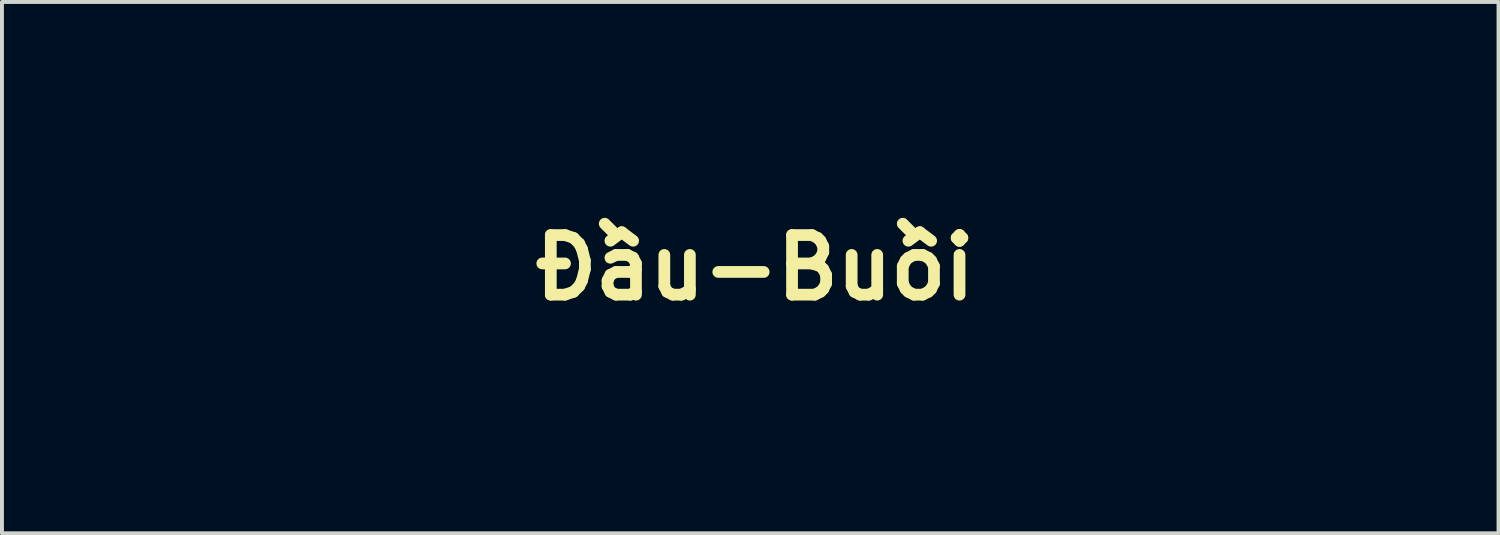
<source format=kicad_pcb>
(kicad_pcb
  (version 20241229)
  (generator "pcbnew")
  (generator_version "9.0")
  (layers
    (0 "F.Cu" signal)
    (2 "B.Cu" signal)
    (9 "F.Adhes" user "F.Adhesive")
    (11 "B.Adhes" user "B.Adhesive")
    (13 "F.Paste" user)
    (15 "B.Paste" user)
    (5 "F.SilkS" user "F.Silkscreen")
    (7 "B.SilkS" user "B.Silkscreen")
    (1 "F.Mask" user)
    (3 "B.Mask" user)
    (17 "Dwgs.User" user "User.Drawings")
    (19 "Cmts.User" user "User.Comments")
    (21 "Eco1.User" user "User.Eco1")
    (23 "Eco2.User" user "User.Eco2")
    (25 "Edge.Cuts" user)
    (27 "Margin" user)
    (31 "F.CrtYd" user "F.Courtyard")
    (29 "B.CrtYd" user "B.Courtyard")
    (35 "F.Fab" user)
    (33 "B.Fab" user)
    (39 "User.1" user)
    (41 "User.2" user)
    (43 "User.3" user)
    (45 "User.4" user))
  (footprint "Đầu-Buồi"
    (layer "F.Cu")
    (at 16.259 3.795)
    (property "Reference" "Đầu-Buồi" (at 0 0 0) (layer "F.SilkS") (effects (font (size 1.524 1.524) (thickness 0.3))))
    (attr through_hole)
    (fp_poly (pts (xy 6.198 2.286) (xy 6.011 2.286) (xy 6.011 1.287) (xy 6.198 1.287) (xy 6.198 2.286)) (stroke (width 0.01) (type solid)) (fill yes) (layer "F.Mask"))
    (fp_poly (pts (xy 6.161 0.91) (xy 6.182 0.924) (xy 6.208 0.967) (xy 6.213 1.022) (xy 6.198 1.072) (xy 6.184 1.09) (xy 6.139 1.112) (xy 6.085 1.116) (xy 6.036 1.103) (xy 6.022 1.092) (xy 5.988 1.04) (xy 5.988 0.987) (xy 6.007 0.95) (xy 6.052 0.914) (xy 6.107 0.899) (xy 6.161 0.91)) (stroke (width 0.01) (type solid)) (fill yes) (layer "F.Mask"))
    (fp_poly (pts (xy 5.825 1.435) (xy 5.747 1.444) (xy 5.669 1.468) (xy 5.6 1.519) (xy 5.551 1.588) (xy 5.537 1.625) (xy 5.532 1.661) (xy 5.527 1.725) (xy 5.523 1.808) (xy 5.521 1.905) (xy 5.52 1.985) (xy 5.52 2.286) (xy 5.334 2.286) (xy 5.334 1.85) (xy 5.333 1.728) (xy 5.332 1.614) (xy 5.33 1.514) (xy 5.328 1.433) (xy 5.325 1.375) (xy 5.323 1.35) (xy 5.313 1.287) (xy 5.485 1.287) (xy 5.495 1.465) (xy 5.534 1.402) (xy 5.596 1.33) (xy 5.673 1.285) (xy 5.755 1.27) (xy 5.825 1.27) (xy 5.825 1.435)) (stroke (width 0.01) (type solid)) (fill yes) (layer "F.Mask"))
    (fp_poly (pts (xy -6.044 1.223) (xy -6.044 1.336) (xy -6.043 1.419) (xy -6.04 1.475) (xy -6.037 1.508) (xy -6.032 1.523) (xy -6.025 1.522) (xy -6.02 1.516) (xy -6.002 1.493) (xy -5.967 1.448) (xy -5.917 1.386) (xy -5.856 1.31) (xy -5.788 1.226) (xy -5.762 1.194) (xy -5.528 0.906) (xy -5.414 0.901) (xy -5.357 0.9) (xy -5.316 0.901) (xy -5.3 0.906) (xy -5.3 0.906) (xy -5.311 0.921) (xy -5.34 0.958) (xy -5.385 1.013) (xy -5.443 1.082) (xy -5.511 1.162) (xy -5.544 1.2) (xy -5.788 1.485) (xy -5.542 1.848) (xy -5.474 1.948) (xy -5.412 2.04) (xy -5.357 2.121) (xy -5.313 2.185) (xy -5.283 2.229) (xy -5.271 2.248) (xy -5.245 2.286) (xy -5.469 2.286) (xy -5.695 1.947) (xy -5.922 1.608) (xy -6.045 1.758) (xy -6.045 2.286) (xy -6.231 2.286) (xy -6.231 0.897) (xy -6.045 0.897) (xy -6.044 1.223)) (stroke (width 0.01) (type solid)) (fill yes) (layer "F.Mask"))
    (fp_poly (pts (xy -3.065 -1.439) (xy -3.196 -1.439) (xy -3.319 -1.429) (xy -3.416 -1.398) (xy -3.492 -1.344) (xy -3.548 -1.266) (xy -3.564 -1.232) (xy -3.571 -1.208) (xy -3.578 -1.176) (xy -3.582 -1.13) (xy -3.586 -1.068) (xy -3.588 -0.986) (xy -3.589 -0.879) (xy -3.59 -0.744) (xy -3.59 -0.669) (xy -3.59 -0.169) (xy -4.149 -0.169) (xy -4.149 -1.015) (xy -4.149 -1.181) (xy -4.149 -1.338) (xy -4.15 -1.482) (xy -4.152 -1.609) (xy -4.153 -1.716) (xy -4.155 -1.8) (xy -4.157 -1.858) (xy -4.159 -1.885) (xy -4.159 -1.887) (xy -4.16 -1.897) (xy -4.149 -1.905) (xy -4.122 -1.909) (xy -4.074 -1.912) (xy -4.001 -1.913) (xy -3.931 -1.913) (xy -3.833 -1.914) (xy -3.764 -1.912) (xy -3.719 -1.905) (xy -3.692 -1.888) (xy -3.679 -1.857) (xy -3.673 -1.81) (xy -3.671 -1.741) (xy -3.67 -1.72) (xy -3.666 -1.602) (xy -3.607 -1.703) (xy -3.542 -1.792) (xy -3.458 -1.865) (xy -3.449 -1.871) (xy -3.397 -1.905) (xy -3.356 -1.925) (xy -3.312 -1.937) (xy -3.255 -1.943) (xy -3.207 -1.945) (xy -3.065 -1.951) (xy -3.065 -1.439)) (stroke (width 0.01) (type solid)) (fill yes) (layer "F.Mask"))
    (fp_poly (pts (xy 0.299 1.273) (xy 0.393 1.288) (xy 0.396 1.288) (xy 0.437 1.302) (xy 0.454 1.319) (xy 0.454 1.351) (xy 0.451 1.367) (xy 0.438 1.421) (xy 0.418 1.446) (xy 0.385 1.446) (xy 0.366 1.44) (xy 0.293 1.424) (xy 0.206 1.422) (xy 0.12 1.434) (xy 0.049 1.457) (xy 0.043 1.461) (xy -0.034 1.523) (xy -0.089 1.603) (xy -0.122 1.696) (xy -0.132 1.795) (xy -0.119 1.893) (xy -0.083 1.984) (xy -0.023 2.061) (xy 0.019 2.095) (xy 0.104 2.133) (xy 0.204 2.148) (xy 0.307 2.141) (xy 0.355 2.127) (xy 0.4 2.113) (xy 0.43 2.107) (xy 0.436 2.107) (xy 0.44 2.126) (xy 0.444 2.166) (xy 0.445 2.185) (xy 0.449 2.258) (xy 0.364 2.28) (xy 0.242 2.299) (xy 0.114 2.297) (xy -0.004 2.274) (xy -0.017 2.27) (xy -0.113 2.22) (xy -0.197 2.145) (xy -0.263 2.052) (xy -0.298 1.969) (xy -0.321 1.837) (xy -0.316 1.709) (xy -0.284 1.589) (xy -0.228 1.482) (xy -0.15 1.392) (xy -0.052 1.325) (xy -0.007 1.305) (xy 0.084 1.282) (xy 0.191 1.271) (xy 0.299 1.273)) (stroke (width 0.01) (type solid)) (fill yes) (layer "F.Mask"))
    (fp_poly (pts (xy 10.599 1.273) (xy 10.693 1.288) (xy 10.696 1.288) (xy 10.737 1.302) (xy 10.754 1.319) (xy 10.754 1.351) (xy 10.751 1.367) (xy 10.738 1.421) (xy 10.718 1.446) (xy 10.685 1.446) (xy 10.666 1.44) (xy 10.593 1.424) (xy 10.506 1.422) (xy 10.42 1.434) (xy 10.349 1.457) (xy 10.343 1.461) (xy 10.266 1.523) (xy 10.211 1.603) (xy 10.178 1.696) (xy 10.168 1.795) (xy 10.181 1.893) (xy 10.217 1.984) (xy 10.277 2.061) (xy 10.319 2.095) (xy 10.404 2.133) (xy 10.504 2.148) (xy 10.607 2.141) (xy 10.655 2.127) (xy 10.7 2.113) (xy 10.73 2.107) (xy 10.736 2.107) (xy 10.74 2.126) (xy 10.744 2.166) (xy 10.745 2.185) (xy 10.749 2.258) (xy 10.664 2.28) (xy 10.542 2.299) (xy 10.414 2.297) (xy 10.296 2.274) (xy 10.283 2.27) (xy 10.187 2.22) (xy 10.103 2.145) (xy 10.037 2.052) (xy 10.002 1.969) (xy 9.979 1.837) (xy 9.984 1.709) (xy 10.016 1.589) (xy 10.072 1.482) (xy 10.15 1.392) (xy 10.248 1.325) (xy 10.293 1.305) (xy 10.384 1.282) (xy 10.491 1.271) (xy 10.599 1.273)) (stroke (width 0.01) (type solid)) (fill yes) (layer "F.Mask"))
    (fp_poly (pts (xy 5.677 -2.396) (xy 5.683 -2.367) (xy 5.687 -2.314) (xy 5.689 -2.233) (xy 5.69 -2.159) (xy 5.69 -1.913) (xy 6.079 -1.913) (xy 6.079 -1.507) (xy 5.69 -1.507) (xy 5.69 -1.134) (xy 5.69 -0.984) (xy 5.694 -0.865) (xy 5.702 -0.772) (xy 5.716 -0.703) (xy 5.737 -0.655) (xy 5.768 -0.623) (xy 5.809 -0.604) (xy 5.862 -0.595) (xy 5.929 -0.593) (xy 5.939 -0.593) (xy 6.063 -0.593) (xy 6.058 -0.386) (xy 6.054 -0.18) (xy 6.003 -0.166) (xy 5.943 -0.155) (xy 5.861 -0.147) (xy 5.77 -0.143) (xy 5.679 -0.143) (xy 5.599 -0.147) (xy 5.54 -0.156) (xy 5.536 -0.157) (xy 5.424 -0.201) (xy 5.329 -0.263) (xy 5.258 -0.336) (xy 5.249 -0.35) (xy 5.22 -0.401) (xy 5.197 -0.456) (xy 5.179 -0.519) (xy 5.166 -0.594) (xy 5.157 -0.686) (xy 5.151 -0.8) (xy 5.148 -0.939) (xy 5.148 -1.083) (xy 5.148 -1.507) (xy 4.911 -1.507) (xy 4.911 -1.913) (xy 5.148 -1.913) (xy 5.148 -2.104) (xy 5.148 -2.294) (xy 5.398 -2.35) (xy 5.486 -2.369) (xy 5.564 -2.385) (xy 5.624 -2.398) (xy 5.661 -2.404) (xy 5.668 -2.405) (xy 5.677 -2.396)) (stroke (width 0.01) (type solid)) (fill yes) (layer "F.Mask"))
    (fp_poly (pts (xy 1.897 -1.383) (xy 1.897 -1.214) (xy 1.899 -1.075) (xy 1.902 -0.962) (xy 1.907 -0.873) (xy 1.915 -0.804) (xy 1.926 -0.75) (xy 1.941 -0.71) (xy 1.959 -0.678) (xy 1.983 -0.651) (xy 1.999 -0.637) (xy 2.072 -0.596) (xy 2.153 -0.582) (xy 2.236 -0.595) (xy 2.312 -0.632) (xy 2.377 -0.691) (xy 2.42 -0.767) (xy 2.426 -0.799) (xy 2.43 -0.863) (xy 2.434 -0.957) (xy 2.437 -1.079) (xy 2.438 -1.226) (xy 2.438 -1.364) (xy 2.438 -1.913) (xy 2.997 -1.913) (xy 2.997 -0.169) (xy 2.523 -0.169) (xy 2.521 -0.241) (xy 2.517 -0.301) (xy 2.51 -0.356) (xy 2.508 -0.364) (xy 2.497 -0.415) (xy 2.458 -0.36) (xy 2.382 -0.28) (xy 2.281 -0.216) (xy 2.163 -0.169) (xy 2.035 -0.143) (xy 1.904 -0.138) (xy 1.775 -0.157) (xy 1.751 -0.164) (xy 1.637 -0.215) (xy 1.537 -0.294) (xy 1.456 -0.396) (xy 1.444 -0.419) (xy 1.418 -0.47) (xy 1.396 -0.521) (xy 1.379 -0.577) (xy 1.366 -0.642) (xy 1.356 -0.719) (xy 1.348 -0.811) (xy 1.343 -0.924) (xy 1.34 -1.06) (xy 1.339 -1.224) (xy 1.338 -1.35) (xy 1.338 -1.913) (xy 1.897 -1.913) (xy 1.897 -1.383)) (stroke (width 0.01) (type solid)) (fill yes) (layer "F.Mask"))
    (fp_poly (pts (xy 1.206 1.277) (xy 1.273 1.285) (xy 1.328 1.295) (xy 1.363 1.307) (xy 1.372 1.316) (xy 1.367 1.337) (xy 1.356 1.377) (xy 1.352 1.392) (xy 1.336 1.434) (xy 1.32 1.45) (xy 1.297 1.447) (xy 1.262 1.44) (xy 1.206 1.433) (xy 1.143 1.428) (xy 1.074 1.425) (xy 1.024 1.43) (xy 0.981 1.445) (xy 0.949 1.46) (xy 0.876 1.517) (xy 0.824 1.595) (xy 0.791 1.687) (xy 0.778 1.786) (xy 0.788 1.884) (xy 0.819 1.975) (xy 0.874 2.052) (xy 0.883 2.061) (xy 0.966 2.115) (xy 1.065 2.145) (xy 1.172 2.147) (xy 1.268 2.126) (xy 1.337 2.101) (xy 1.348 2.147) (xy 1.358 2.192) (xy 1.365 2.221) (xy 1.358 2.246) (xy 1.32 2.268) (xy 1.317 2.269) (xy 1.263 2.281) (xy 1.188 2.29) (xy 1.102 2.295) (xy 1.019 2.296) (xy 0.949 2.291) (xy 0.914 2.284) (xy 0.81 2.237) (xy 0.722 2.164) (xy 0.653 2.07) (xy 0.606 1.96) (xy 0.583 1.839) (xy 0.588 1.713) (xy 0.592 1.689) (xy 0.614 1.598) (xy 0.643 1.528) (xy 0.685 1.465) (xy 0.714 1.43) (xy 0.805 1.353) (xy 0.916 1.301) (xy 1.049 1.275) (xy 1.069 1.274) (xy 1.135 1.273) (xy 1.206 1.277)) (stroke (width 0.01) (type solid)) (fill yes) (layer "F.Mask"))
    (fp_poly (pts (xy 9.493 1.284) (xy 9.595 1.326) (xy 9.678 1.395) (xy 9.74 1.49) (xy 9.781 1.61) (xy 9.797 1.728) (xy 9.794 1.87) (xy 9.766 1.997) (xy 9.714 2.105) (xy 9.641 2.192) (xy 9.548 2.255) (xy 9.438 2.292) (xy 9.389 2.299) (xy 9.279 2.298) (xy 9.188 2.274) (xy 9.109 2.224) (xy 9.097 2.215) (xy 9.04 2.164) (xy 9.04 2.692) (xy 8.853 2.692) (xy 8.853 1.854) (xy 9.042 1.854) (xy 9.045 1.908) (xy 9.056 1.951) (xy 9.075 1.994) (xy 9.077 1.998) (xy 9.133 2.078) (xy 9.204 2.128) (xy 9.292 2.15) (xy 9.319 2.151) (xy 9.398 2.142) (xy 9.46 2.115) (xy 9.465 2.112) (xy 9.528 2.051) (xy 9.574 1.968) (xy 9.601 1.871) (xy 9.608 1.768) (xy 9.596 1.665) (xy 9.562 1.57) (xy 9.516 1.501) (xy 9.45 1.45) (xy 9.369 1.423) (xy 9.282 1.422) (xy 9.2 1.448) (xy 9.176 1.462) (xy 9.119 1.511) (xy 9.079 1.575) (xy 9.055 1.659) (xy 9.044 1.768) (xy 9.043 1.778) (xy 9.042 1.854) (xy 8.853 1.854) (xy 8.853 1.287) (xy 9.023 1.287) (xy 9.023 1.442) (xy 9.08 1.381) (xy 9.15 1.322) (xy 9.23 1.287) (xy 9.329 1.271) (xy 9.372 1.27) (xy 9.493 1.284)) (stroke (width 0.01) (type solid)) (fill yes) (layer "F.Mask"))
    (fp_poly (pts (xy 4.696 1.272) (xy 4.759 1.278) (xy 4.801 1.287) (xy 4.804 1.288) (xy 4.909 1.345) (xy 4.994 1.426) (xy 5.058 1.529) (xy 5.097 1.648) (xy 5.11 1.78) (xy 5.107 1.836) (xy 5.081 1.973) (xy 5.03 2.087) (xy 4.955 2.178) (xy 4.859 2.244) (xy 4.741 2.285) (xy 4.64 2.297) (xy 4.571 2.298) (xy 4.511 2.295) (xy 4.472 2.289) (xy 4.47 2.288) (xy 4.356 2.234) (xy 4.262 2.153) (xy 4.191 2.046) (xy 4.18 2.024) (xy 4.153 1.939) (xy 4.14 1.836) (xy 4.14 1.734) (xy 4.328 1.734) (xy 4.331 1.835) (xy 4.353 1.932) (xy 4.393 2.019) (xy 4.451 2.091) (xy 4.524 2.14) (xy 4.554 2.151) (xy 4.597 2.163) (xy 4.631 2.164) (xy 4.673 2.156) (xy 4.691 2.151) (xy 4.757 2.118) (xy 4.82 2.061) (xy 4.87 1.99) (xy 4.884 1.961) (xy 4.902 1.893) (xy 4.91 1.806) (xy 4.907 1.715) (xy 4.894 1.633) (xy 4.89 1.62) (xy 4.849 1.533) (xy 4.789 1.468) (xy 4.714 1.426) (xy 4.632 1.408) (xy 4.548 1.418) (xy 4.468 1.457) (xy 4.446 1.475) (xy 4.385 1.548) (xy 4.346 1.637) (xy 4.328 1.734) (xy 4.14 1.734) (xy 4.14 1.729) (xy 4.154 1.629) (xy 4.176 1.557) (xy 4.244 1.444) (xy 4.329 1.359) (xy 4.432 1.302) (xy 4.555 1.274) (xy 4.626 1.27) (xy 4.696 1.272)) (stroke (width 0.01) (type solid)) (fill yes) (layer "F.Mask"))
    (fp_poly (pts (xy 2.918 1.272) (xy 2.992 1.278) (xy 3.057 1.29) (xy 3.106 1.306) (xy 3.131 1.327) (xy 3.133 1.334) (xy 3.128 1.36) (xy 3.115 1.4) (xy 3.114 1.404) (xy 3.095 1.441) (xy 3.073 1.45) (xy 3.067 1.448) (xy 2.965 1.418) (xy 2.878 1.41) (xy 2.807 1.423) (xy 2.756 1.456) (xy 2.73 1.509) (xy 2.726 1.542) (xy 2.743 1.594) (xy 2.792 1.641) (xy 2.874 1.685) (xy 2.891 1.692) (xy 3.002 1.743) (xy 3.082 1.8) (xy 3.134 1.865) (xy 3.161 1.941) (xy 3.167 2.006) (xy 3.151 2.101) (xy 3.106 2.183) (xy 3.037 2.247) (xy 2.95 2.285) (xy 2.867 2.299) (xy 2.767 2.3) (xy 2.668 2.29) (xy 2.602 2.275) (xy 2.52 2.25) (xy 2.531 2.188) (xy 2.545 2.134) (xy 2.564 2.11) (xy 2.597 2.112) (xy 2.635 2.126) (xy 2.691 2.143) (xy 2.76 2.154) (xy 2.798 2.156) (xy 2.857 2.156) (xy 2.896 2.147) (xy 2.927 2.126) (xy 2.941 2.113) (xy 2.977 2.057) (xy 2.984 1.996) (xy 2.962 1.94) (xy 2.953 1.929) (xy 2.923 1.905) (xy 2.872 1.874) (xy 2.808 1.84) (xy 2.785 1.83) (xy 2.677 1.77) (xy 2.6 1.705) (xy 2.556 1.633) (xy 2.541 1.552) (xy 2.548 1.49) (xy 2.574 1.431) (xy 2.621 1.369) (xy 2.678 1.318) (xy 2.721 1.293) (xy 2.775 1.278) (xy 2.843 1.272) (xy 2.918 1.272)) (stroke (width 0.01) (type solid)) (fill yes) (layer "F.Mask"))
    (fp_poly (pts (xy 3.732 1.272) (xy 3.805 1.278) (xy 3.87 1.29) (xy 3.919 1.307) (xy 3.944 1.328) (xy 3.945 1.336) (xy 3.939 1.36) (xy 3.925 1.4) (xy 3.91 1.437) (xy 3.901 1.454) (xy 3.884 1.452) (xy 3.846 1.44) (xy 3.82 1.43) (xy 3.736 1.41) (xy 3.661 1.412) (xy 3.599 1.434) (xy 3.557 1.475) (xy 3.539 1.533) (xy 3.539 1.54) (xy 3.554 1.591) (xy 3.599 1.637) (xy 3.675 1.68) (xy 3.708 1.693) (xy 3.823 1.749) (xy 3.905 1.815) (xy 3.957 1.892) (xy 3.979 1.981) (xy 3.979 2.003) (xy 3.965 2.101) (xy 3.922 2.181) (xy 3.851 2.243) (xy 3.778 2.277) (xy 3.696 2.295) (xy 3.598 2.301) (xy 3.5 2.294) (xy 3.427 2.279) (xy 3.37 2.26) (xy 3.339 2.243) (xy 3.33 2.222) (xy 3.337 2.189) (xy 3.343 2.171) (xy 3.356 2.138) (xy 3.371 2.12) (xy 3.395 2.115) (xy 3.436 2.123) (xy 3.502 2.141) (xy 3.505 2.142) (xy 3.6 2.159) (xy 3.68 2.153) (xy 3.741 2.125) (xy 3.78 2.078) (xy 3.793 2.015) (xy 3.782 1.958) (xy 3.747 1.912) (xy 3.685 1.871) (xy 3.622 1.844) (xy 3.511 1.79) (xy 3.429 1.725) (xy 3.376 1.651) (xy 3.354 1.569) (xy 3.364 1.482) (xy 3.371 1.462) (xy 3.41 1.395) (xy 3.47 1.334) (xy 3.534 1.293) (xy 3.589 1.278) (xy 3.657 1.271) (xy 3.732 1.272)) (stroke (width 0.01) (type solid)) (fill yes) (layer "F.Mask"))
    (fp_poly (pts (xy -2.896 1.429) (xy -2.841 1.377) (xy -2.77 1.32) (xy -2.699 1.286) (xy -2.615 1.272) (xy -2.56 1.27) (xy -2.445 1.282) (xy -2.349 1.32) (xy -2.268 1.386) (xy -2.24 1.42) (xy -2.182 1.521) (xy -2.147 1.635) (xy -2.134 1.757) (xy -2.142 1.88) (xy -2.172 1.997) (xy -2.221 2.102) (xy -2.289 2.188) (xy -2.334 2.224) (xy -2.385 2.256) (xy -2.434 2.281) (xy -2.444 2.285) (xy -2.513 2.3) (xy -2.598 2.302) (xy -2.683 2.292) (xy -2.752 2.271) (xy -2.808 2.238) (xy -2.859 2.194) (xy -2.867 2.186) (xy -2.895 2.153) (xy -2.909 2.144) (xy -2.913 2.158) (xy -2.913 2.17) (xy -2.917 2.232) (xy -2.934 2.268) (xy -2.968 2.283) (xy -3.008 2.286) (xy -3.082 2.286) (xy -3.082 1.753) (xy -2.892 1.753) (xy -2.89 1.882) (xy -2.867 1.985) (xy -2.823 2.062) (xy -2.757 2.117) (xy -2.736 2.127) (xy -2.672 2.144) (xy -2.596 2.145) (xy -2.521 2.133) (xy -2.463 2.108) (xy -2.459 2.105) (xy -2.396 2.039) (xy -2.352 1.952) (xy -2.328 1.852) (xy -2.324 1.748) (xy -2.341 1.646) (xy -2.38 1.555) (xy -2.415 1.507) (xy -2.488 1.449) (xy -2.57 1.42) (xy -2.655 1.42) (xy -2.737 1.448) (xy -2.809 1.503) (xy -2.848 1.554) (xy -2.87 1.6) (xy -2.884 1.659) (xy -2.892 1.74) (xy -2.892 1.753) (xy -3.082 1.753) (xy -3.082 0.83) (xy -2.896 0.83) (xy -2.896 1.429)) (stroke (width 0.01) (type solid)) (fill yes) (layer "F.Mask"))
    (fp_poly (pts (xy -0.654 1.575) (xy -0.605 1.72) (xy -0.559 1.855) (xy -0.519 1.977) (xy -0.484 2.082) (xy -0.456 2.167) (xy -0.436 2.229) (xy -0.425 2.264) (xy -0.423 2.27) (xy -0.439 2.28) (xy -0.482 2.283) (xy -0.519 2.283) (xy -0.615 2.278) (xy -0.646 2.184) (xy -0.668 2.119) (xy -0.696 2.04) (xy -0.721 1.968) (xy -0.766 1.845) (xy -1.004 1.85) (xy -1.242 1.854) (xy -1.312 2.066) (xy -1.383 2.278) (xy -1.479 2.283) (xy -1.531 2.283) (xy -1.565 2.28) (xy -1.575 2.275) (xy -1.57 2.257) (xy -1.554 2.21) (xy -1.531 2.138) (xy -1.499 2.044) (xy -1.461 1.931) (xy -1.418 1.803) (xy -1.379 1.689) (xy -1.198 1.689) (xy -1.193 1.699) (xy -1.169 1.705) (xy -1.12 1.709) (xy -1.042 1.71) (xy -1.009 1.71) (xy -0.915 1.709) (xy -0.853 1.705) (xy -0.82 1.698) (xy -0.813 1.691) (xy -0.818 1.665) (xy -0.831 1.616) (xy -0.851 1.551) (xy -0.876 1.475) (xy -0.904 1.393) (xy -0.932 1.313) (xy -0.959 1.238) (xy -0.982 1.176) (xy -1 1.131) (xy -1.011 1.11) (xy -1.013 1.11) (xy -1.02 1.134) (xy -1.035 1.183) (xy -1.056 1.252) (xy -1.081 1.332) (xy -1.109 1.418) (xy -1.136 1.503) (xy -1.161 1.58) (xy -1.182 1.642) (xy -1.196 1.683) (xy -1.198 1.689) (xy -1.379 1.689) (xy -1.371 1.663) (xy -1.342 1.58) (xy -1.11 0.897) (xy -0.885 0.897) (xy -0.654 1.575)) (stroke (width 0.01) (type solid)) (fill yes) (layer "F.Mask"))
    (fp_poly (pts (xy 11.104 1.429) (xy 11.159 1.377) (xy 11.23 1.32) (xy 11.301 1.286) (xy 11.385 1.272) (xy 11.44 1.27) (xy 11.555 1.282) (xy 11.651 1.32) (xy 11.732 1.386) (xy 11.76 1.42) (xy 11.818 1.521) (xy 11.853 1.635) (xy 11.866 1.757) (xy 11.858 1.88) (xy 11.828 1.997) (xy 11.779 2.102) (xy 11.711 2.188) (xy 11.666 2.224) (xy 11.615 2.256) (xy 11.566 2.281) (xy 11.556 2.285) (xy 11.487 2.3) (xy 11.402 2.302) (xy 11.317 2.292) (xy 11.248 2.271) (xy 11.192 2.238) (xy 11.141 2.194) (xy 11.133 2.186) (xy 11.105 2.153) (xy 11.091 2.144) (xy 11.087 2.158) (xy 11.087 2.17) (xy 11.083 2.232) (xy 11.066 2.268) (xy 11.032 2.283) (xy 10.992 2.286) (xy 10.918 2.286) (xy 10.918 1.753) (xy 11.108 1.753) (xy 11.11 1.882) (xy 11.133 1.985) (xy 11.177 2.062) (xy 11.243 2.117) (xy 11.264 2.127) (xy 11.328 2.144) (xy 11.404 2.145) (xy 11.479 2.133) (xy 11.537 2.108) (xy 11.541 2.105) (xy 11.604 2.039) (xy 11.648 1.952) (xy 11.672 1.852) (xy 11.676 1.748) (xy 11.659 1.646) (xy 11.62 1.555) (xy 11.585 1.507) (xy 11.512 1.449) (xy 11.43 1.42) (xy 11.345 1.42) (xy 11.263 1.448) (xy 11.191 1.503) (xy 11.152 1.554) (xy 11.13 1.6) (xy 11.116 1.659) (xy 11.108 1.74) (xy 11.108 1.753) (xy 10.918 1.753) (xy 10.918 0.83) (xy 11.104 0.83) (xy 11.104 1.429)) (stroke (width 0.01) (type solid)) (fill yes) (layer "F.Mask"))
    (fp_poly (pts (xy 1.974 1.272) (xy 1.979 1.272) (xy 2.052 1.277) (xy 2.103 1.286) (xy 2.144 1.303) (xy 2.187 1.33) (xy 2.267 1.406) (xy 2.323 1.505) (xy 2.354 1.623) (xy 2.36 1.696) (xy 2.362 1.82) (xy 2.019 1.825) (xy 1.676 1.83) (xy 1.676 1.877) (xy 1.691 1.949) (xy 1.73 2.022) (xy 1.786 2.083) (xy 1.828 2.112) (xy 1.907 2.139) (xy 2.005 2.151) (xy 2.109 2.147) (xy 2.205 2.127) (xy 2.283 2.104) (xy 2.293 2.155) (xy 2.301 2.208) (xy 2.296 2.239) (xy 2.274 2.258) (xy 2.248 2.269) (xy 2.187 2.283) (xy 2.104 2.292) (xy 2.012 2.296) (xy 1.92 2.295) (xy 1.841 2.288) (xy 1.795 2.278) (xy 1.689 2.227) (xy 1.604 2.15) (xy 1.543 2.051) (xy 1.505 1.929) (xy 1.494 1.836) (xy 1.499 1.69) (xy 1.502 1.676) (xy 1.673 1.676) (xy 1.929 1.676) (xy 2.026 1.676) (xy 2.096 1.675) (xy 2.141 1.673) (xy 2.167 1.668) (xy 2.18 1.66) (xy 2.184 1.649) (xy 2.184 1.639) (xy 2.173 1.586) (xy 2.146 1.524) (xy 2.108 1.469) (xy 2.069 1.433) (xy 2.065 1.43) (xy 1.982 1.405) (xy 1.899 1.409) (xy 1.82 1.441) (xy 1.754 1.497) (xy 1.704 1.573) (xy 1.684 1.63) (xy 1.673 1.676) (xy 1.502 1.676) (xy 1.53 1.562) (xy 1.586 1.453) (xy 1.666 1.367) (xy 1.751 1.312) (xy 1.804 1.288) (xy 1.85 1.275) (xy 1.902 1.271) (xy 1.974 1.272)) (stroke (width 0.01) (type solid)) (fill yes) (layer "F.Mask"))
    (fp_poly (pts (xy -5.434 -2.586) (xy -5.297 -2.582) (xy -5.174 -2.573) (xy -5.073 -2.561) (xy -5.015 -2.55) (xy -4.854 -2.495) (xy -4.718 -2.418) (xy -4.606 -2.318) (xy -4.52 -2.196) (xy -4.5 -2.155) (xy -4.473 -2.094) (xy -4.456 -2.04) (xy -4.446 -1.98) (xy -4.441 -1.903) (xy -4.439 -1.874) (xy -4.446 -1.699) (xy -4.48 -1.543) (xy -4.543 -1.407) (xy -4.632 -1.291) (xy -4.749 -1.194) (xy -4.893 -1.118) (xy -5.063 -1.062) (xy -5.166 -1.04) (xy -5.261 -1.028) (xy -5.365 -1.02) (xy -5.458 -1.019) (xy -5.463 -1.019) (xy -5.605 -1.024) (xy -5.605 -0.597) (xy -5.605 -0.169) (xy -6.164 -0.169) (xy -6.164 -1.689) (xy -5.602 -1.689) (xy -5.602 -1.595) (xy -5.6 -1.528) (xy -5.596 -1.484) (xy -5.589 -1.459) (xy -5.584 -1.452) (xy -5.553 -1.444) (xy -5.499 -1.442) (xy -5.429 -1.444) (xy -5.355 -1.451) (xy -5.284 -1.461) (xy -5.227 -1.473) (xy -5.207 -1.48) (xy -5.111 -1.538) (xy -5.039 -1.618) (xy -4.994 -1.715) (xy -4.979 -1.823) (xy -4.986 -1.914) (xy -5.011 -1.986) (xy -5.058 -2.051) (xy -5.067 -2.061) (xy -5.13 -2.111) (xy -5.208 -2.144) (xy -5.306 -2.161) (xy -5.43 -2.164) (xy -5.438 -2.164) (xy -5.596 -2.159) (xy -5.601 -1.813) (xy -5.602 -1.689) (xy -6.164 -1.689) (xy -6.164 -2.536) (xy -6.126 -2.546) (xy -6.095 -2.551) (xy -6.039 -2.557) (xy -5.963 -2.565) (xy -5.876 -2.573) (xy -5.85 -2.575) (xy -5.718 -2.583) (xy -5.576 -2.587) (xy -5.434 -2.586)) (stroke (width 0.01) (type solid)) (fill yes) (layer "F.Mask"))
    (fp_poly (pts (xy 7.857 1.272) (xy 7.929 1.28) (xy 7.992 1.293) (xy 8.038 1.31) (xy 8.06 1.33) (xy 8.06 1.334) (xy 8.055 1.358) (xy 8.044 1.395) (xy 8.031 1.432) (xy 8.021 1.454) (xy 8.018 1.456) (xy 8.001 1.451) (xy 7.963 1.438) (xy 7.942 1.431) (xy 7.848 1.408) (xy 7.769 1.413) (xy 7.723 1.43) (xy 7.677 1.465) (xy 7.657 1.513) (xy 7.654 1.55) (xy 7.67 1.591) (xy 7.715 1.634) (xy 7.784 1.676) (xy 7.844 1.702) (xy 7.952 1.753) (xy 8.028 1.814) (xy 8.075 1.889) (xy 8.094 1.977) (xy 8.094 1.995) (xy 8.08 2.097) (xy 8.039 2.179) (xy 7.972 2.241) (xy 7.88 2.282) (xy 7.764 2.301) (xy 7.713 2.302) (xy 7.64 2.297) (xy 7.566 2.285) (xy 7.531 2.276) (xy 7.485 2.257) (xy 7.456 2.238) (xy 7.451 2.229) (xy 7.455 2.2) (xy 7.467 2.161) (xy 7.481 2.123) (xy 7.492 2.101) (xy 7.494 2.1) (xy 7.513 2.105) (xy 7.551 2.12) (xy 7.572 2.128) (xy 7.65 2.15) (xy 7.733 2.157) (xy 7.807 2.149) (xy 7.845 2.135) (xy 7.884 2.102) (xy 7.906 2.063) (xy 7.916 2.01) (xy 7.905 1.964) (xy 7.869 1.92) (xy 7.805 1.877) (xy 7.713 1.83) (xy 7.606 1.771) (xy 7.53 1.708) (xy 7.486 1.639) (xy 7.471 1.562) (xy 7.483 1.477) (xy 7.515 1.413) (xy 7.568 1.351) (xy 7.632 1.302) (xy 7.665 1.286) (xy 7.718 1.274) (xy 7.784 1.269) (xy 7.857 1.272)) (stroke (width 0.01) (type solid)) (fill yes) (layer "F.Mask"))
    (fp_poly (pts (xy -3.628 1.273) (xy -3.565 1.283) (xy -3.513 1.306) (xy -3.462 1.343) (xy -3.447 1.356) (xy -3.382 1.425) (xy -3.34 1.503) (xy -3.315 1.599) (xy -3.305 1.689) (xy -3.298 1.829) (xy -3.647 1.829) (xy -3.768 1.829) (xy -3.859 1.829) (xy -3.924 1.832) (xy -3.966 1.839) (xy -3.989 1.851) (xy -3.996 1.869) (xy -3.992 1.895) (xy -3.98 1.93) (xy -3.972 1.953) (xy -3.928 2.038) (xy -3.864 2.098) (xy -3.777 2.135) (xy -3.667 2.149) (xy -3.637 2.15) (xy -3.565 2.146) (xy -3.497 2.138) (xy -3.45 2.126) (xy -3.407 2.113) (xy -3.384 2.116) (xy -3.371 2.141) (xy -3.362 2.186) (xy -3.356 2.225) (xy -3.366 2.246) (xy -3.398 2.261) (xy -3.415 2.267) (xy -3.462 2.278) (xy -3.531 2.288) (xy -3.608 2.295) (xy -3.632 2.296) (xy -3.719 2.299) (xy -3.784 2.295) (xy -3.84 2.283) (xy -3.875 2.272) (xy -3.982 2.217) (xy -4.067 2.137) (xy -4.127 2.036) (xy -4.163 1.914) (xy -4.172 1.803) (xy -4.163 1.676) (xy -3.994 1.676) (xy -3.469 1.676) (xy -3.48 1.621) (xy -3.511 1.528) (xy -3.558 1.463) (xy -3.624 1.424) (xy -3.694 1.409) (xy -3.788 1.415) (xy -3.867 1.45) (xy -3.929 1.514) (xy -3.973 1.606) (xy -3.979 1.625) (xy -3.994 1.676) (xy -4.163 1.676) (xy -4.163 1.668) (xy -4.132 1.555) (xy -4.078 1.457) (xy -4.046 1.417) (xy -3.966 1.342) (xy -3.88 1.295) (xy -3.778 1.273) (xy -3.713 1.27) (xy -3.628 1.273)) (stroke (width 0.01) (type solid)) (fill yes) (layer "F.Mask"))
    (fp_poly (pts (xy 12.315 -2.046) (xy 12.319 -1.518) (xy 12.386 -1.627) (xy 12.412 -1.669) (xy 12.455 -1.735) (xy 12.511 -1.818) (xy 12.577 -1.916) (xy 12.649 -2.023) (xy 12.725 -2.135) (xy 12.738 -2.155) (xy 13.024 -2.574) (xy 13.353 -2.574) (xy 13.455 -2.573) (xy 13.543 -2.572) (xy 13.614 -2.569) (xy 13.662 -2.566) (xy 13.682 -2.562) (xy 13.682 -2.561) (xy 13.672 -2.545) (xy 13.643 -2.506) (xy 13.598 -2.446) (xy 13.539 -2.368) (xy 13.469 -2.276) (xy 13.389 -2.172) (xy 13.302 -2.059) (xy 13.294 -2.049) (xy 13.206 -1.936) (xy 13.126 -1.832) (xy 13.055 -1.739) (xy 12.996 -1.661) (xy 12.951 -1.6) (xy 12.922 -1.559) (xy 12.911 -1.542) (xy 12.911 -1.541) (xy 12.921 -1.525) (xy 12.946 -1.484) (xy 12.986 -1.419) (xy 13.037 -1.333) (xy 13.1 -1.231) (xy 13.171 -1.113) (xy 13.249 -0.985) (xy 13.325 -0.86) (xy 13.408 -0.723) (xy 13.485 -0.596) (xy 13.555 -0.48) (xy 13.616 -0.378) (xy 13.665 -0.295) (xy 13.703 -0.232) (xy 13.726 -0.192) (xy 13.733 -0.178) (xy 13.717 -0.176) (xy 13.672 -0.173) (xy 13.604 -0.171) (xy 13.518 -0.17) (xy 13.419 -0.17) (xy 13.415 -0.17) (xy 13.098 -0.17) (xy 12.811 -0.678) (xy 12.743 -0.797) (xy 12.681 -0.906) (xy 12.625 -1.002) (xy 12.579 -1.081) (xy 12.543 -1.14) (xy 12.52 -1.176) (xy 12.512 -1.185) (xy 12.497 -1.173) (xy 12.467 -1.14) (xy 12.426 -1.092) (xy 12.406 -1.068) (xy 12.311 -0.95) (xy 12.311 -0.169) (xy 11.769 -0.169) (xy 11.769 -2.574) (xy 12.31 -2.574) (xy 12.315 -2.046)) (stroke (width 0.01) (type solid)) (fill yes) (layer "F.Mask"))
    (fp_poly (pts (xy -1.873 -1.943) (xy -1.778 -1.933) (xy -1.729 -1.923) (xy -1.573 -1.865) (xy -1.437 -1.781) (xy -1.321 -1.674) (xy -1.229 -1.547) (xy -1.161 -1.402) (xy -1.118 -1.242) (xy -1.103 -1.07) (xy -1.117 -0.889) (xy -1.125 -0.844) (xy -1.157 -0.715) (xy -1.201 -0.606) (xy -1.263 -0.504) (xy -1.281 -0.479) (xy -1.391 -0.362) (xy -1.522 -0.267) (xy -1.671 -0.197) (xy -1.834 -0.153) (xy -2.007 -0.136) (xy -2.185 -0.147) (xy -2.265 -0.161) (xy -2.42 -0.212) (xy -2.561 -0.291) (xy -2.683 -0.396) (xy -2.784 -0.523) (xy -2.859 -0.67) (xy -2.882 -0.736) (xy -2.905 -0.839) (xy -2.917 -0.961) (xy -2.919 -1.069) (xy -2.352 -1.069) (xy -2.35 -0.995) (xy -2.332 -0.85) (xy -2.296 -0.733) (xy -2.24 -0.642) (xy -2.165 -0.578) (xy -2.106 -0.55) (xy -2.048 -0.532) (xy -2.004 -0.527) (xy -1.955 -0.535) (xy -1.927 -0.542) (xy -1.865 -0.574) (xy -1.804 -0.63) (xy -1.749 -0.703) (xy -1.709 -0.783) (xy -1.705 -0.797) (xy -1.688 -0.876) (xy -1.678 -0.976) (xy -1.677 -1.083) (xy -1.684 -1.186) (xy -1.699 -1.271) (xy -1.702 -1.281) (xy -1.747 -1.393) (xy -1.809 -1.477) (xy -1.885 -1.532) (xy -1.974 -1.557) (xy -2.002 -1.558) (xy -2.104 -1.543) (xy -2.189 -1.499) (xy -2.258 -1.428) (xy -2.309 -1.332) (xy -2.34 -1.212) (xy -2.352 -1.069) (xy -2.919 -1.069) (xy -2.919 -1.09) (xy -2.911 -1.21) (xy -2.897 -1.287) (xy -2.842 -1.448) (xy -2.759 -1.592) (xy -2.651 -1.715) (xy -2.521 -1.816) (xy -2.372 -1.891) (xy -2.277 -1.921) (xy -2.195 -1.936) (xy -2.093 -1.944) (xy -1.982 -1.947) (xy -1.873 -1.943)) (stroke (width 0.01) (type solid)) (fill yes) (layer "F.Mask"))
    (fp_poly (pts (xy 4.352 -1.943) (xy 4.369 -1.942) (xy 4.503 -1.934) (xy 4.607 -1.922) (xy 4.678 -1.905) (xy 4.717 -1.885) (xy 4.724 -1.869) (xy 4.721 -1.845) (xy 4.712 -1.797) (xy 4.7 -1.733) (xy 4.686 -1.663) (xy 4.671 -1.595) (xy 4.659 -1.538) (xy 4.65 -1.501) (xy 4.648 -1.496) (xy 4.634 -1.487) (xy 4.598 -1.492) (xy 4.569 -1.502) (xy 4.507 -1.515) (xy 4.426 -1.522) (xy 4.336 -1.521) (xy 4.248 -1.515) (xy 4.172 -1.503) (xy 4.121 -1.485) (xy 4.026 -1.417) (xy 3.953 -1.324) (xy 3.904 -1.211) (xy 3.882 -1.092) (xy 3.886 -0.962) (xy 3.919 -0.844) (xy 3.979 -0.742) (xy 4.064 -0.66) (xy 4.14 -0.616) (xy 4.221 -0.59) (xy 4.322 -0.577) (xy 4.43 -0.576) (xy 4.532 -0.588) (xy 4.579 -0.6) (xy 4.63 -0.613) (xy 4.657 -0.612) (xy 4.665 -0.604) (xy 4.67 -0.579) (xy 4.678 -0.53) (xy 4.689 -0.465) (xy 4.7 -0.394) (xy 4.711 -0.325) (xy 4.719 -0.268) (xy 4.724 -0.231) (xy 4.724 -0.222) (xy 4.708 -0.206) (xy 4.665 -0.191) (xy 4.598 -0.177) (xy 4.516 -0.164) (xy 4.424 -0.154) (xy 4.327 -0.146) (xy 4.231 -0.143) (xy 4.143 -0.143) (xy 4.068 -0.148) (xy 4.039 -0.153) (xy 3.864 -0.199) (xy 3.711 -0.272) (xy 3.582 -0.367) (xy 3.477 -0.485) (xy 3.398 -0.624) (xy 3.346 -0.783) (xy 3.321 -0.96) (xy 3.319 -1.024) (xy 3.335 -1.207) (xy 3.379 -1.375) (xy 3.451 -1.525) (xy 3.55 -1.656) (xy 3.673 -1.766) (xy 3.819 -1.853) (xy 3.987 -1.914) (xy 4.023 -1.923) (xy 4.088 -1.936) (xy 4.159 -1.943) (xy 4.244 -1.945) (xy 4.352 -1.943)) (stroke (width 0.01) (type solid)) (fill yes) (layer "F.Mask"))
    (fp_poly (pts (xy 6.901 1.272) (xy 6.907 1.272) (xy 6.98 1.277) (xy 7.031 1.286) (xy 7.072 1.303) (xy 7.115 1.33) (xy 7.194 1.406) (xy 7.251 1.505) (xy 7.283 1.621) (xy 7.289 1.699) (xy 7.29 1.82) (xy 6.947 1.825) (xy 6.604 1.83) (xy 6.604 1.872) (xy 6.619 1.948) (xy 6.66 2.022) (xy 6.719 2.086) (xy 6.79 2.13) (xy 6.796 2.133) (xy 6.854 2.145) (xy 6.933 2.15) (xy 7.018 2.147) (xy 7.098 2.136) (xy 7.133 2.127) (xy 7.18 2.114) (xy 7.204 2.113) (xy 7.216 2.125) (xy 7.22 2.14) (xy 7.231 2.2) (xy 7.221 2.239) (xy 7.188 2.264) (xy 7.176 2.269) (xy 7.115 2.283) (xy 7.032 2.292) (xy 6.939 2.296) (xy 6.848 2.295) (xy 6.769 2.288) (xy 6.723 2.278) (xy 6.621 2.228) (xy 6.534 2.15) (xy 6.472 2.06) (xy 6.451 2.017) (xy 6.438 1.978) (xy 6.43 1.934) (xy 6.428 1.874) (xy 6.427 1.795) (xy 6.43 1.696) (xy 6.432 1.676) (xy 6.6 1.676) (xy 6.856 1.676) (xy 6.954 1.676) (xy 7.023 1.675) (xy 7.068 1.673) (xy 7.095 1.668) (xy 7.107 1.66) (xy 7.111 1.649) (xy 7.112 1.638) (xy 7.1 1.578) (xy 7.07 1.514) (xy 7.031 1.46) (xy 6.996 1.432) (xy 6.911 1.406) (xy 6.827 1.409) (xy 6.748 1.441) (xy 6.681 1.496) (xy 6.631 1.574) (xy 6.612 1.63) (xy 6.6 1.676) (xy 6.432 1.676) (xy 6.439 1.62) (xy 6.457 1.557) (xy 6.487 1.498) (xy 6.532 1.431) (xy 6.534 1.428) (xy 6.601 1.361) (xy 6.679 1.312) (xy 6.732 1.289) (xy 6.778 1.275) (xy 6.83 1.271) (xy 6.901 1.272)) (stroke (width 0.01) (type solid)) (fill yes) (layer "F.Mask"))
    (fp_poly (pts (xy -4.738 1.272) (xy -4.713 1.273) (xy -4.64 1.277) (xy -4.589 1.285) (xy -4.549 1.301) (xy -4.508 1.326) (xy -4.502 1.33) (xy -4.422 1.406) (xy -4.365 1.505) (xy -4.335 1.623) (xy -4.329 1.696) (xy -4.326 1.82) (xy -5.025 1.829) (xy -5.009 1.901) (xy -4.973 2.001) (xy -4.915 2.075) (xy -4.835 2.124) (xy -4.733 2.148) (xy -4.676 2.151) (xy -4.604 2.147) (xy -4.532 2.139) (xy -4.494 2.131) (xy -4.447 2.122) (xy -4.416 2.119) (xy -4.41 2.121) (xy -4.402 2.142) (xy -4.393 2.182) (xy -4.392 2.188) (xy -4.388 2.229) (xy -4.401 2.251) (xy -4.438 2.268) (xy -4.439 2.268) (xy -4.504 2.283) (xy -4.59 2.293) (xy -4.686 2.297) (xy -4.78 2.294) (xy -4.861 2.286) (xy -4.9 2.276) (xy -4.988 2.233) (xy -5.069 2.164) (xy -5.134 2.08) (xy -5.172 1.997) (xy -5.187 1.929) (xy -5.196 1.849) (xy -5.199 1.795) (xy -5.185 1.651) (xy -5.18 1.634) (xy -5.012 1.634) (xy -5.008 1.655) (xy -4.986 1.667) (xy -4.941 1.674) (xy -4.872 1.676) (xy -4.772 1.676) (xy -4.758 1.676) (xy -4.661 1.676) (xy -4.592 1.675) (xy -4.547 1.673) (xy -4.521 1.668) (xy -4.508 1.66) (xy -4.505 1.648) (xy -4.504 1.639) (xy -4.512 1.602) (xy -4.53 1.551) (xy -4.538 1.532) (xy -4.587 1.462) (xy -4.652 1.421) (xy -4.735 1.407) (xy -4.773 1.409) (xy -4.852 1.427) (xy -4.914 1.468) (xy -4.966 1.536) (xy -4.98 1.561) (xy -5.001 1.604) (xy -5.012 1.634) (xy -5.18 1.634) (xy -5.146 1.527) (xy -5.081 1.424) (xy -4.991 1.344) (xy -4.944 1.316) (xy -4.894 1.291) (xy -4.851 1.277) (xy -4.803 1.272) (xy -4.738 1.272)) (stroke (width 0.01) (type solid)) (fill yes) (layer "F.Mask"))
    (fp_poly (pts (xy 9.719 -1.503) (xy 9.757 -1.379) (xy 9.793 -1.256) (xy 9.828 -1.14) (xy 9.857 -1.038) (xy 9.88 -0.958) (xy 9.889 -0.924) (xy 9.909 -0.856) (xy 9.925 -0.805) (xy 9.938 -0.775) (xy 9.943 -0.772) (xy 9.949 -0.791) (xy 9.962 -0.84) (xy 9.98 -0.914) (xy 10.004 -1.008) (xy 10.032 -1.12) (xy 10.063 -1.245) (xy 10.084 -1.334) (xy 10.117 -1.465) (xy 10.147 -1.586) (xy 10.174 -1.693) (xy 10.196 -1.781) (xy 10.214 -1.847) (xy 10.225 -1.887) (xy 10.228 -1.897) (xy 10.249 -1.904) (xy 10.301 -1.908) (xy 10.382 -1.91) (xy 10.487 -1.91) (xy 10.528 -1.91) (xy 10.817 -1.905) (xy 10.607 -1.312) (xy 10.521 -1.072) (xy 10.445 -0.862) (xy 10.377 -0.678) (xy 10.316 -0.518) (xy 10.261 -0.38) (xy 10.211 -0.26) (xy 10.164 -0.157) (xy 10.12 -0.066) (xy 10.077 0.013) (xy 10.034 0.085) (xy 9.993 0.149) (xy 9.884 0.286) (xy 9.757 0.403) (xy 9.619 0.498) (xy 9.473 0.566) (xy 9.334 0.603) (xy 9.27 0.613) (xy 9.215 0.386) (xy 9.196 0.302) (xy 9.179 0.231) (xy 9.167 0.178) (xy 9.161 0.15) (xy 9.161 0.147) (xy 9.175 0.137) (xy 9.191 0.135) (xy 9.234 0.126) (xy 9.294 0.101) (xy 9.364 0.064) (xy 9.432 0.022) (xy 9.492 -0.021) (xy 9.509 -0.036) (xy 9.558 -0.087) (xy 9.6 -0.141) (xy 9.62 -0.174) (xy 9.654 -0.239) (xy 9.323 -1.068) (xy 9.259 -1.227) (xy 9.2 -1.376) (xy 9.146 -1.512) (xy 9.098 -1.633) (xy 9.058 -1.735) (xy 9.026 -1.816) (xy 9.004 -1.873) (xy 8.993 -1.902) (xy 8.992 -1.905) (xy 9.008 -1.908) (xy 9.052 -1.91) (xy 9.12 -1.912) (xy 9.205 -1.913) (xy 9.293 -1.913) (xy 9.595 -1.913) (xy 9.719 -1.503)) (stroke (width 0.01) (type solid)) (fill yes) (layer "F.Mask"))
    (fp_poly (pts (xy 0.931 -0.168) (xy 0.69 -0.173) (xy 0.449 -0.178) (xy 0.444 -0.237) (xy 0.438 -0.298) (xy 0.431 -0.353) (xy 0.421 -0.409) (xy 0.354 -0.332) (xy 0.287 -0.271) (xy 0.204 -0.216) (xy 0.177 -0.202) (xy 0.114 -0.173) (xy 0.057 -0.156) (xy -0.007 -0.146) (xy -0.08 -0.142) (xy -0.176 -0.142) (xy -0.259 -0.148) (xy -0.306 -0.158) (xy -0.441 -0.213) (xy -0.563 -0.297) (xy -0.668 -0.406) (xy -0.753 -0.537) (xy -0.815 -0.685) (xy -0.839 -0.774) (xy -0.86 -0.931) (xy -0.861 -1.05) (xy -0.296 -1.05) (xy -0.296 -0.963) (xy -0.293 -0.901) (xy -0.286 -0.856) (xy -0.275 -0.819) (xy -0.257 -0.78) (xy -0.252 -0.77) (xy -0.221 -0.718) (xy -0.19 -0.674) (xy -0.175 -0.657) (xy -0.099 -0.609) (xy -0.008 -0.583) (xy 0.088 -0.578) (xy 0.174 -0.599) (xy 0.237 -0.639) (xy 0.296 -0.7) (xy 0.34 -0.771) (xy 0.355 -0.808) (xy 0.362 -0.851) (xy 0.367 -0.917) (xy 0.371 -0.999) (xy 0.372 -1.075) (xy 0.371 -1.172) (xy 0.366 -1.243) (xy 0.358 -1.295) (xy 0.345 -1.336) (xy 0.341 -1.347) (xy 0.285 -1.433) (xy 0.208 -1.494) (xy 0.118 -1.527) (xy 0.017 -1.53) (xy -0.02 -1.523) (xy -0.11 -1.489) (xy -0.182 -1.431) (xy -0.243 -1.346) (xy -0.251 -1.331) (xy -0.271 -1.291) (xy -0.284 -1.253) (xy -0.292 -1.211) (xy -0.295 -1.154) (xy -0.296 -1.075) (xy -0.296 -1.05) (xy -0.861 -1.05) (xy -0.861 -1.094) (xy -0.844 -1.255) (xy -0.808 -1.405) (xy -0.755 -1.535) (xy -0.75 -1.544) (xy -0.658 -1.683) (xy -0.548 -1.793) (xy -0.421 -1.874) (xy -0.278 -1.925) (xy -0.119 -1.947) (xy -0.084 -1.947) (xy 0.053 -1.939) (xy 0.165 -1.913) (xy 0.259 -1.868) (xy 0.305 -1.833) (xy 0.373 -1.775) (xy 0.373 -2.692) (xy 0.931 -2.692) (xy 0.931 -0.168)) (stroke (width 0.01) (type solid)) (fill yes) (layer "F.Mask"))
    (fp_poly (pts (xy 7.637 -1.723) (xy 7.714 -1.794) (xy 7.782 -1.851) (xy 7.847 -1.891) (xy 7.917 -1.917) (xy 8.001 -1.932) (xy 8.107 -1.938) (xy 8.154 -1.938) (xy 8.241 -1.938) (xy 8.304 -1.936) (xy 8.35 -1.93) (xy 8.39 -1.919) (xy 8.433 -1.901) (xy 8.47 -1.883) (xy 8.592 -1.805) (xy 8.694 -1.701) (xy 8.776 -1.575) (xy 8.836 -1.43) (xy 8.874 -1.268) (xy 8.887 -1.093) (xy 8.875 -0.907) (xy 8.865 -0.839) (xy 8.821 -0.677) (xy 8.752 -0.53) (xy 8.66 -0.401) (xy 8.549 -0.294) (xy 8.421 -0.212) (xy 8.28 -0.158) (xy 8.262 -0.153) (xy 8.176 -0.141) (xy 8.078 -0.138) (xy 7.981 -0.144) (xy 7.902 -0.158) (xy 7.896 -0.16) (xy 7.792 -0.203) (xy 7.697 -0.263) (xy 7.624 -0.331) (xy 7.622 -0.333) (xy 7.591 -0.367) (xy 7.571 -0.377) (xy 7.559 -0.361) (xy 7.552 -0.315) (xy 7.549 -0.262) (xy 7.544 -0.178) (xy 7.073 -0.168) (xy 7.084 -0.349) (xy 7.086 -0.398) (xy 7.088 -0.478) (xy 7.09 -0.584) (xy 7.091 -0.714) (xy 7.092 -0.863) (xy 7.093 -1.029) (xy 7.094 -1.07) (xy 7.638 -1.07) (xy 7.638 -0.979) (xy 7.643 -0.895) (xy 7.65 -0.829) (xy 7.655 -0.808) (xy 7.687 -0.739) (xy 7.738 -0.671) (xy 7.799 -0.617) (xy 7.831 -0.598) (xy 7.903 -0.58) (xy 7.989 -0.58) (xy 8.076 -0.595) (xy 8.15 -0.625) (xy 8.158 -0.63) (xy 8.225 -0.694) (xy 8.275 -0.781) (xy 8.309 -0.886) (xy 8.326 -1.002) (xy 8.324 -1.123) (xy 8.302 -1.243) (xy 8.263 -1.348) (xy 8.207 -1.428) (xy 8.133 -1.485) (xy 8.046 -1.518) (xy 7.954 -1.526) (xy 7.864 -1.509) (xy 7.781 -1.466) (xy 7.727 -1.415) (xy 7.69 -1.361) (xy 7.662 -1.304) (xy 7.656 -1.288) (xy 7.647 -1.236) (xy 7.64 -1.159) (xy 7.638 -1.07) (xy 7.094 -1.07) (xy 7.094 -1.208) (xy 7.095 -1.396) (xy 7.095 -1.59) (xy 7.095 -1.611) (xy 7.095 -2.692) (xy 7.637 -2.692) (xy 7.637 -1.723)) (stroke (width 0.01) (type solid)) (fill yes) (layer "F.Mask"))
    (fp_poly (pts (xy 15.308 -2.451) (xy 15.319 -2.414) (xy 15.34 -2.347) (xy 15.369 -2.254) (xy 15.404 -2.138) (xy 15.446 -2.002) (xy 15.494 -1.85) (xy 15.545 -1.683) (xy 15.6 -1.507) (xy 15.657 -1.322) (xy 15.674 -1.27) (xy 15.73 -1.088) (xy 15.784 -0.914) (xy 15.833 -0.753) (xy 15.878 -0.607) (xy 15.917 -0.478) (xy 15.95 -0.37) (xy 15.975 -0.285) (xy 15.993 -0.225) (xy 16.001 -0.194) (xy 16.002 -0.19) (xy 15.995 -0.182) (xy 15.97 -0.176) (xy 15.925 -0.173) (xy 15.855 -0.172) (xy 15.757 -0.173) (xy 15.711 -0.173) (xy 15.419 -0.178) (xy 15.373 -0.33) (xy 15.346 -0.422) (xy 15.314 -0.525) (xy 15.286 -0.619) (xy 15.282 -0.631) (xy 15.238 -0.78) (xy 14.897 -0.775) (xy 14.557 -0.77) (xy 14.544 -0.728) (xy 14.535 -0.698) (xy 14.519 -0.641) (xy 14.498 -0.565) (xy 14.473 -0.477) (xy 14.46 -0.428) (xy 14.389 -0.169) (xy 14.101 -0.169) (xy 13.992 -0.17) (xy 13.913 -0.172) (xy 13.861 -0.175) (xy 13.832 -0.18) (xy 13.822 -0.188) (xy 13.822 -0.191) (xy 13.828 -0.21) (xy 13.843 -0.259) (xy 13.867 -0.335) (xy 13.898 -0.436) (xy 13.936 -0.559) (xy 13.979 -0.701) (xy 14.028 -0.86) (xy 14.081 -1.033) (xy 14.136 -1.211) (xy 14.647 -1.211) (xy 14.663 -1.208) (xy 14.707 -1.206) (xy 14.773 -1.204) (xy 14.856 -1.202) (xy 14.903 -1.202) (xy 15.002 -1.203) (xy 15.072 -1.204) (xy 15.117 -1.207) (xy 15.142 -1.213) (xy 15.15 -1.22) (xy 15.15 -1.227) (xy 15.137 -1.263) (xy 15.118 -1.326) (xy 15.094 -1.408) (xy 15.066 -1.504) (xy 15.036 -1.608) (xy 15.007 -1.712) (xy 14.979 -1.812) (xy 14.956 -1.899) (xy 14.943 -1.947) (xy 14.889 -2.159) (xy 14.859 -2.024) (xy 14.845 -1.964) (xy 14.824 -1.88) (xy 14.798 -1.778) (xy 14.769 -1.668) (xy 14.739 -1.556) (xy 14.738 -1.554) (xy 14.711 -1.453) (xy 14.687 -1.364) (xy 14.667 -1.29) (xy 14.654 -1.238) (xy 14.648 -1.213) (xy 14.647 -1.211) (xy 14.136 -1.211) (xy 14.138 -1.218) (xy 14.191 -1.393) (xy 14.552 -2.574) (xy 15.271 -2.574) (xy 15.308 -2.451)) (stroke (width 0.01) (type solid)) (fill yes) (layer "F.Mask"))
    (fp_poly (pts (xy -15.46 -3.753) (xy -15.303 -3.745) (xy -15.184 -3.738) (xy -15.086 -3.729) (xy -15.005 -3.716) (xy -14.937 -3.695) (xy -14.876 -3.663) (xy -14.819 -3.619) (xy -14.761 -3.558) (xy -14.696 -3.478) (xy -14.621 -3.377) (xy -14.538 -3.259) (xy -14.499 -3.205) (xy -14.443 -3.125) (xy -14.371 -3.023) (xy -14.284 -2.9) (xy -14.184 -2.758) (xy -14.072 -2.601) (xy -13.951 -2.429) (xy -13.821 -2.247) (xy -13.685 -2.054) (xy -13.544 -1.856) (xy -13.4 -1.652) (xy -13.303 -1.516) (xy -13.162 -1.316) (xy -13.026 -1.123) (xy -12.897 -0.939) (xy -12.775 -0.766) (xy -12.662 -0.605) (xy -12.56 -0.458) (xy -12.469 -0.328) (xy -12.392 -0.217) (xy -12.329 -0.125) (xy -12.282 -0.055) (xy -12.252 -0.01) (xy -12.241 0.008) (xy -12.221 0.076) (xy -12.211 0.162) (xy -12.211 0.252) (xy -12.222 0.332) (xy -12.229 0.356) (xy -12.246 0.397) (xy -12.275 0.457) (xy -12.31 0.523) (xy -12.32 0.541) (xy -12.338 0.574) (xy -12.372 0.635) (xy -12.42 0.721) (xy -12.48 0.829) (xy -12.552 0.958) (xy -12.633 1.104) (xy -12.724 1.267) (xy -12.821 1.442) (xy -12.925 1.629) (xy -13.033 1.824) (xy -13.145 2.025) (xy -13.149 2.032) (xy -13.261 2.233) (xy -13.369 2.426) (xy -13.472 2.611) (xy -13.569 2.784) (xy -13.658 2.944) (xy -13.738 3.087) (xy -13.809 3.213) (xy -13.868 3.318) (xy -13.915 3.4) (xy -13.948 3.457) (xy -13.965 3.487) (xy -13.966 3.488) (xy -14.029 3.58) (xy -14.088 3.647) (xy -14.151 3.696) (xy -14.182 3.714) (xy -14.206 3.726) (xy -14.233 3.735) (xy -14.266 3.742) (xy -14.31 3.747) (xy -14.372 3.749) (xy -14.455 3.751) (xy -14.565 3.752) (xy -14.613 3.753) (xy -14.725 3.753) (xy -14.828 3.753) (xy -14.918 3.752) (xy -14.987 3.751) (xy -15.03 3.749) (xy -15.037 3.748) (xy -15.166 3.731) (xy -15.266 3.711) (xy -15.341 3.687) (xy -15.395 3.657) (xy -15.432 3.619) (xy -15.454 3.579) (xy -15.469 3.521) (xy -15.468 3.452) (xy -15.452 3.364) (xy -15.431 3.294) (xy -15.424 3.272) (xy -15.417 3.25) (xy -15.408 3.228) (xy -15.397 3.202) (xy -15.383 3.172) (xy -15.364 3.135) (xy -15.339 3.089) (xy -15.307 3.033) (xy -15.268 2.965) (xy -15.22 2.882) (xy -15.162 2.783) (xy -15.093 2.667) (xy -15.013 2.53) (xy -14.919 2.372) (xy -14.811 2.191) (xy -14.687 1.984) (xy -14.549 1.753) (xy -14.433 1.557) (xy -14.321 1.369) (xy -14.215 1.191) (xy -14.116 1.023) (xy -14.025 0.87) (xy -13.944 0.732) (xy -13.874 0.612) (xy -13.816 0.513) (xy -13.772 0.436) (xy -13.742 0.383) (xy -13.729 0.358) (xy -13.729 0.358) (xy -13.706 0.275) (xy -13.701 0.178) (xy -13.713 0.08) (xy -13.74 -0.006) (xy -13.742 -0.008) (xy -13.756 -0.031) (xy -13.79 -0.08) (xy -13.84 -0.151) (xy -13.907 -0.245) (xy -13.988 -0.357) (xy -14.082 -0.487) (xy -14.187 -0.633) (xy -14.303 -0.793) (xy -14.428 -0.964) (xy -14.56 -1.145) (xy -14.698 -1.334) (xy -14.782 -1.448) (xy -14.96 -1.691) (xy -15.119 -1.908) (xy -15.261 -2.101) (xy -15.386 -2.271) (xy -15.496 -2.421) (xy -15.592 -2.551) (xy -15.675 -2.664) (xy -15.746 -2.761) (xy -15.807 -2.843) (xy -15.859 -2.912) (xy -15.903 -2.97) (xy -15.939 -3.019) (xy -15.97 -3.059) (xy -15.997 -3.093) (xy -16.02 -3.122) (xy -16.041 -3.148) (xy -16.061 -3.172) (xy -16.081 -3.197) (xy -16.082 -3.198) (xy -16.17 -3.314) (xy -16.227 -3.417) (xy -16.254 -3.507) (xy -16.251 -3.584) (xy -16.216 -3.646) (xy -16.205 -3.658) (xy -16.149 -3.694) (xy -16.068 -3.722) (xy -15.959 -3.742) (xy -15.823 -3.753) (xy -15.657 -3.757) (xy -15.46 -3.753)) (stroke (width 0.01) (type solid)) (fill yes) (layer "F.Mask"))
    (fp_poly (pts (xy -9.443 -3.789) (xy -9.278 -3.785) (xy -9.136 -3.776) (xy -9.02 -3.765) (xy -8.932 -3.75) (xy -8.882 -3.735) (xy -8.829 -3.701) (xy -8.79 -3.647) (xy -8.762 -3.568) (xy -8.757 -3.548) (xy -8.751 -3.514) (xy -8.74 -3.451) (xy -8.724 -3.362) (xy -8.705 -3.25) (xy -8.683 -3.119) (xy -8.659 -2.973) (xy -8.633 -2.815) (xy -8.606 -2.649) (xy -8.603 -2.633) (xy -8.582 -2.504) (xy -8.556 -2.345) (xy -8.526 -2.159) (xy -8.491 -1.95) (xy -8.454 -1.721) (xy -8.413 -1.475) (xy -8.371 -1.216) (xy -8.327 -0.946) (xy -8.281 -0.67) (xy -8.235 -0.39) (xy -8.189 -0.11) (xy -8.144 0.167) (xy -8.137 0.206) (xy -8.073 0.597) (xy -8.014 0.956) (xy -7.96 1.284) (xy -7.911 1.584) (xy -7.867 1.855) (xy -7.827 2.1) (xy -7.791 2.32) (xy -7.759 2.517) (xy -7.731 2.691) (xy -7.707 2.845) (xy -7.686 2.979) (xy -7.669 3.096) (xy -7.654 3.195) (xy -7.643 3.28) (xy -7.634 3.351) (xy -7.627 3.41) (xy -7.623 3.458) (xy -7.621 3.496) (xy -7.62 3.527) (xy -7.622 3.55) (xy -7.624 3.569) (xy -7.628 3.583) (xy -7.633 3.595) (xy -7.639 3.607) (xy -7.645 3.618) (xy -7.648 3.624) (xy -7.688 3.675) (xy -7.739 3.711) (xy -7.793 3.729) (xy -7.876 3.745) (xy -7.982 3.758) (xy -8.107 3.769) (xy -8.244 3.778) (xy -8.388 3.783) (xy -8.535 3.784) (xy -8.679 3.782) (xy -8.797 3.777) (xy -8.913 3.767) (xy -9.001 3.754) (xy -9.063 3.735) (xy -9.107 3.708) (xy -9.135 3.67) (xy -9.15 3.632) (xy -9.154 3.61) (xy -9.163 3.557) (xy -9.175 3.477) (xy -9.191 3.371) (xy -9.211 3.243) (xy -9.233 3.097) (xy -9.257 2.934) (xy -9.283 2.757) (xy -9.31 2.57) (xy -9.322 2.489) (xy -9.353 2.274) (xy -9.387 2.045) (xy -9.422 1.805) (xy -9.459 1.554) (xy -9.497 1.296) (xy -9.536 1.032) (xy -9.575 0.764) (xy -9.615 0.496) (xy -9.654 0.227) (xy -9.694 -0.038) (xy -9.732 -0.299) (xy -9.77 -0.552) (xy -9.806 -0.797) (xy -9.84 -1.031) (xy -9.873 -1.251) (xy -9.903 -1.456) (xy -9.931 -1.644) (xy -9.956 -1.812) (xy -9.978 -1.959) (xy -9.997 -2.082) (xy -10.012 -2.179) (xy -10.022 -2.249) (xy -10.028 -2.288) (xy -10.03 -2.297) (xy -10.038 -2.282) (xy -10.06 -2.239) (xy -10.096 -2.168) (xy -10.145 -2.072) (xy -10.207 -1.951) (xy -10.28 -1.807) (xy -10.364 -1.642) (xy -10.458 -1.456) (xy -10.561 -1.252) (xy -10.673 -1.031) (xy -10.792 -0.794) (xy -10.919 -0.543) (xy -11.053 -0.279) (xy -11.192 -0.004) (xy -11.336 0.281) (xy -11.484 0.575) (xy -11.504 0.615) (xy -11.653 0.911) (xy -11.799 1.199) (xy -11.94 1.478) (xy -12.076 1.746) (xy -12.206 2.002) (xy -12.329 2.244) (xy -12.444 2.471) (xy -12.552 2.682) (xy -12.65 2.875) (xy -12.739 3.048) (xy -12.817 3.199) (xy -12.883 3.329) (xy -12.938 3.434) (xy -12.979 3.513) (xy -13.007 3.565) (xy -13.021 3.589) (xy -13.021 3.59) (xy -13.085 3.651) (xy -13.167 3.696) (xy -13.275 3.727) (xy -13.369 3.742) (xy -13.444 3.751) (xy -13.514 3.759) (xy -13.565 3.767) (xy -13.576 3.768) (xy -13.616 3.771) (xy -13.631 3.758) (xy -13.631 3.754) (xy -13.623 3.734) (xy -13.601 3.688) (xy -13.566 3.621) (xy -13.521 3.536) (xy -13.467 3.438) (xy -13.408 3.33) (xy -13.401 3.318) (xy -13.196 2.951) (xy -13.005 2.607) (xy -12.827 2.288) (xy -12.663 1.992) (xy -12.513 1.721) (xy -12.377 1.476) (xy -12.255 1.257) (xy -12.148 1.063) (xy -12.057 0.897) (xy -11.981 0.758) (xy -11.92 0.646) (xy -11.875 0.563) (xy -11.847 0.508) (xy -11.838 0.491) (xy -11.809 0.428) (xy -11.791 0.378) (xy -11.781 0.329) (xy -11.778 0.268) (xy -11.777 0.203) (xy -11.778 0.125) (xy -11.783 0.067) (xy -11.794 0.019) (xy -11.814 -0.032) (xy -11.838 -0.085) (xy -11.869 -0.142) (xy -11.916 -0.218) (xy -11.973 -0.306) (xy -12.036 -0.397) (xy -12.079 -0.457) (xy -12.155 -0.564) (xy -12.21 -0.646) (xy -12.244 -0.706) (xy -12.259 -0.743) (xy -12.259 -0.749) (xy -12.251 -0.777) (xy -12.228 -0.832) (xy -12.191 -0.912) (xy -12.141 -1.012) (xy -12.079 -1.131) (xy -12.008 -1.266) (xy -11.912 -1.445) (xy -11.813 -1.63) (xy -11.712 -1.82) (xy -11.61 -2.01) (xy -11.51 -2.2) (xy -11.411 -2.385) (xy -11.316 -2.564) (xy -11.226 -2.733) (xy -11.142 -2.891) (xy -11.066 -3.034) (xy -11 -3.159) (xy -10.944 -3.265) (xy -10.9 -3.349) (xy -10.87 -3.407) (xy -10.856 -3.434) (xy -10.788 -3.546) (xy -10.711 -3.638) (xy -10.629 -3.702) (xy -10.613 -3.711) (xy -10.573 -3.727) (xy -10.522 -3.742) (xy -10.457 -3.753) (xy -10.375 -3.763) (xy -10.272 -3.771) (xy -10.145 -3.778) (xy -9.99 -3.783) (xy -9.829 -3.787) (xy -9.627 -3.79) (xy -9.443 -3.789)) (stroke (width 0.01) (type solid)) (fill yes) (layer "F.Mask")))
  (gr_rect
    (start -3 -3)
    (end 35.266 10.585)
    (stroke (width 0.1) (type default))
    (fill no)
    (layer "Edge.Cuts")))
</source>
